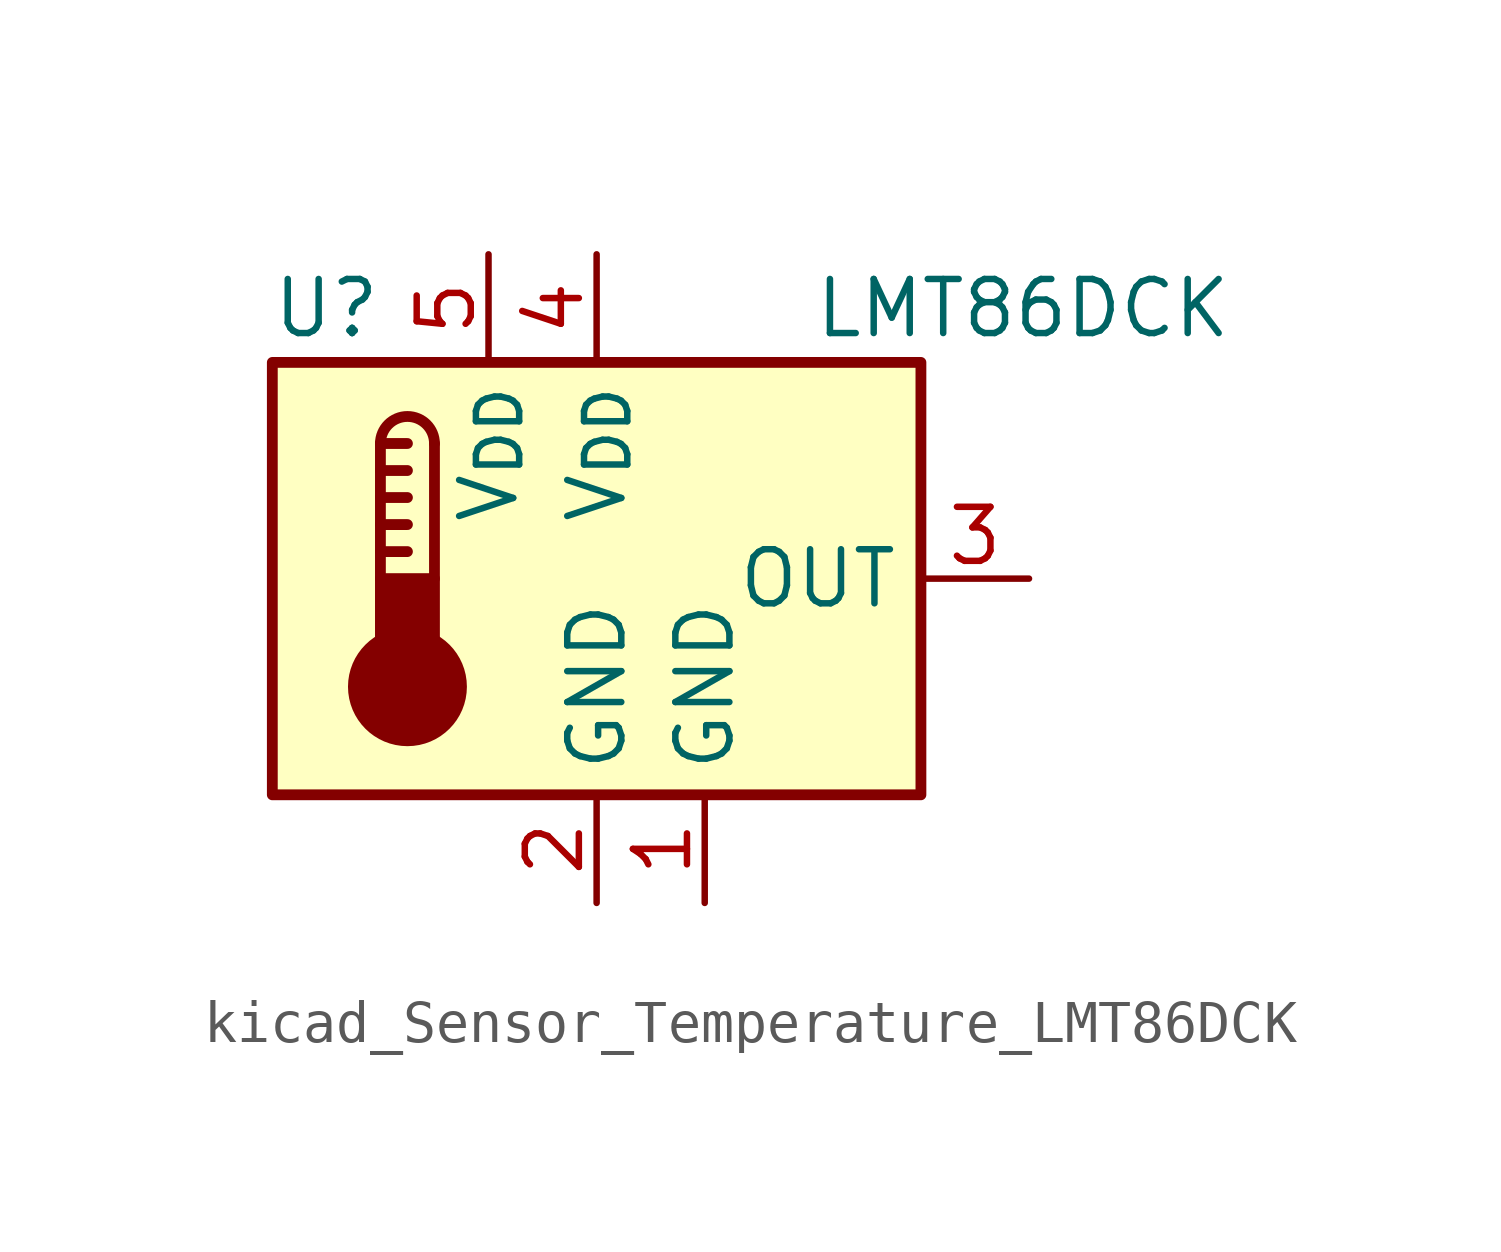
<source format=kicad_sym>
(kicad_symbol_lib
  (version 20220914)
  (generator kicad_symbol_editor)
  (symbol "kicad_Sensor_Temperature_LMT86DCK"
    (property "Reference" "U"
      (at -6.35 6.35 0)
      (effects (font (size 1.27 1.27))))
    (property "Value" "LMT86DCK"
      (at 5.08 6.35 0)
      (effects (font (size 1.27 1.27)) (justify left)))
    (symbol "kicad_Sensor_Temperature_LMT86DCK_0_1"
      (rectangle (start -7.62 5.08) (end 7.62 -5.08) (stroke (width 0.254) (type default)) (fill (type background)))
      (circle (center -4.445 -2.54) (radius 1.27) (stroke (width 0.254) (type default)) (fill (type outline)))
      (rectangle (start -3.81 -1.905) (end -5.08 0) (stroke (width 0.254) (type default)) (fill (type outline)))
      (arc (start -3.81 3.175) (mid -4.445 3.8073) (end -5.08 3.175) (stroke (width 0.254) (type default)) (fill (type none)))
      (polyline (pts (xy -5.08 0.635) (xy -4.445 0.635)) (stroke (width 0.254) (type default)) (fill (type none)))
      (polyline (pts (xy -5.08 1.27) (xy -4.445 1.27)) (stroke (width 0.254) (type default)) (fill (type none)))
      (polyline (pts (xy -5.08 1.905) (xy -4.445 1.905)) (stroke (width 0.254) (type default)) (fill (type none)))
      (polyline (pts (xy -5.08 2.54) (xy -4.445 2.54)) (stroke (width 0.254) (type default)) (fill (type none)))
      (polyline (pts (xy -5.08 3.175) (xy -5.08 0)) (stroke (width 0.254) (type default)) (fill (type none)))
      (polyline (pts (xy -5.08 3.175) (xy -4.445 3.175)) (stroke (width 0.254) (type default)) (fill (type none)))
      (polyline (pts (xy -3.81 3.175) (xy -3.81 0)) (stroke (width 0.254) (type default)) (fill (type none))))
    (symbol "kicad_Sensor_Temperature_LMT86DCK_1_1"
      (pin power_in line (at 2.54 -7.62 90) (length 2.54) (name "GND" (effects (font (size 1.27 1.27)))) (number "1" (effects (font (size 1.27 1.27)))))
      (pin power_in line (at 0 -7.62 90) (length 2.54) (name "GND" (effects (font (size 1.27 1.27)))) (number "2" (effects (font (size 1.27 1.27)))))
      (pin output line (at 10.16 0 180) (length 2.54) (name "OUT" (effects (font (size 1.27 1.27)))) (number "3" (effects (font (size 1.27 1.27)))))
      (pin power_in line (at 0 7.62 270) (length 2.54) (name "V_{DD}" (effects (font (size 1.27 1.27)))) (number "4" (effects (font (size 1.27 1.27)))))
      (pin power_in line (at -2.54 7.62 270) (length 2.54) (name "V_{DD}" (effects (font (size 1.27 1.27)))) (number "5" (effects (font (size 1.27 1.27))))))))
</source>
